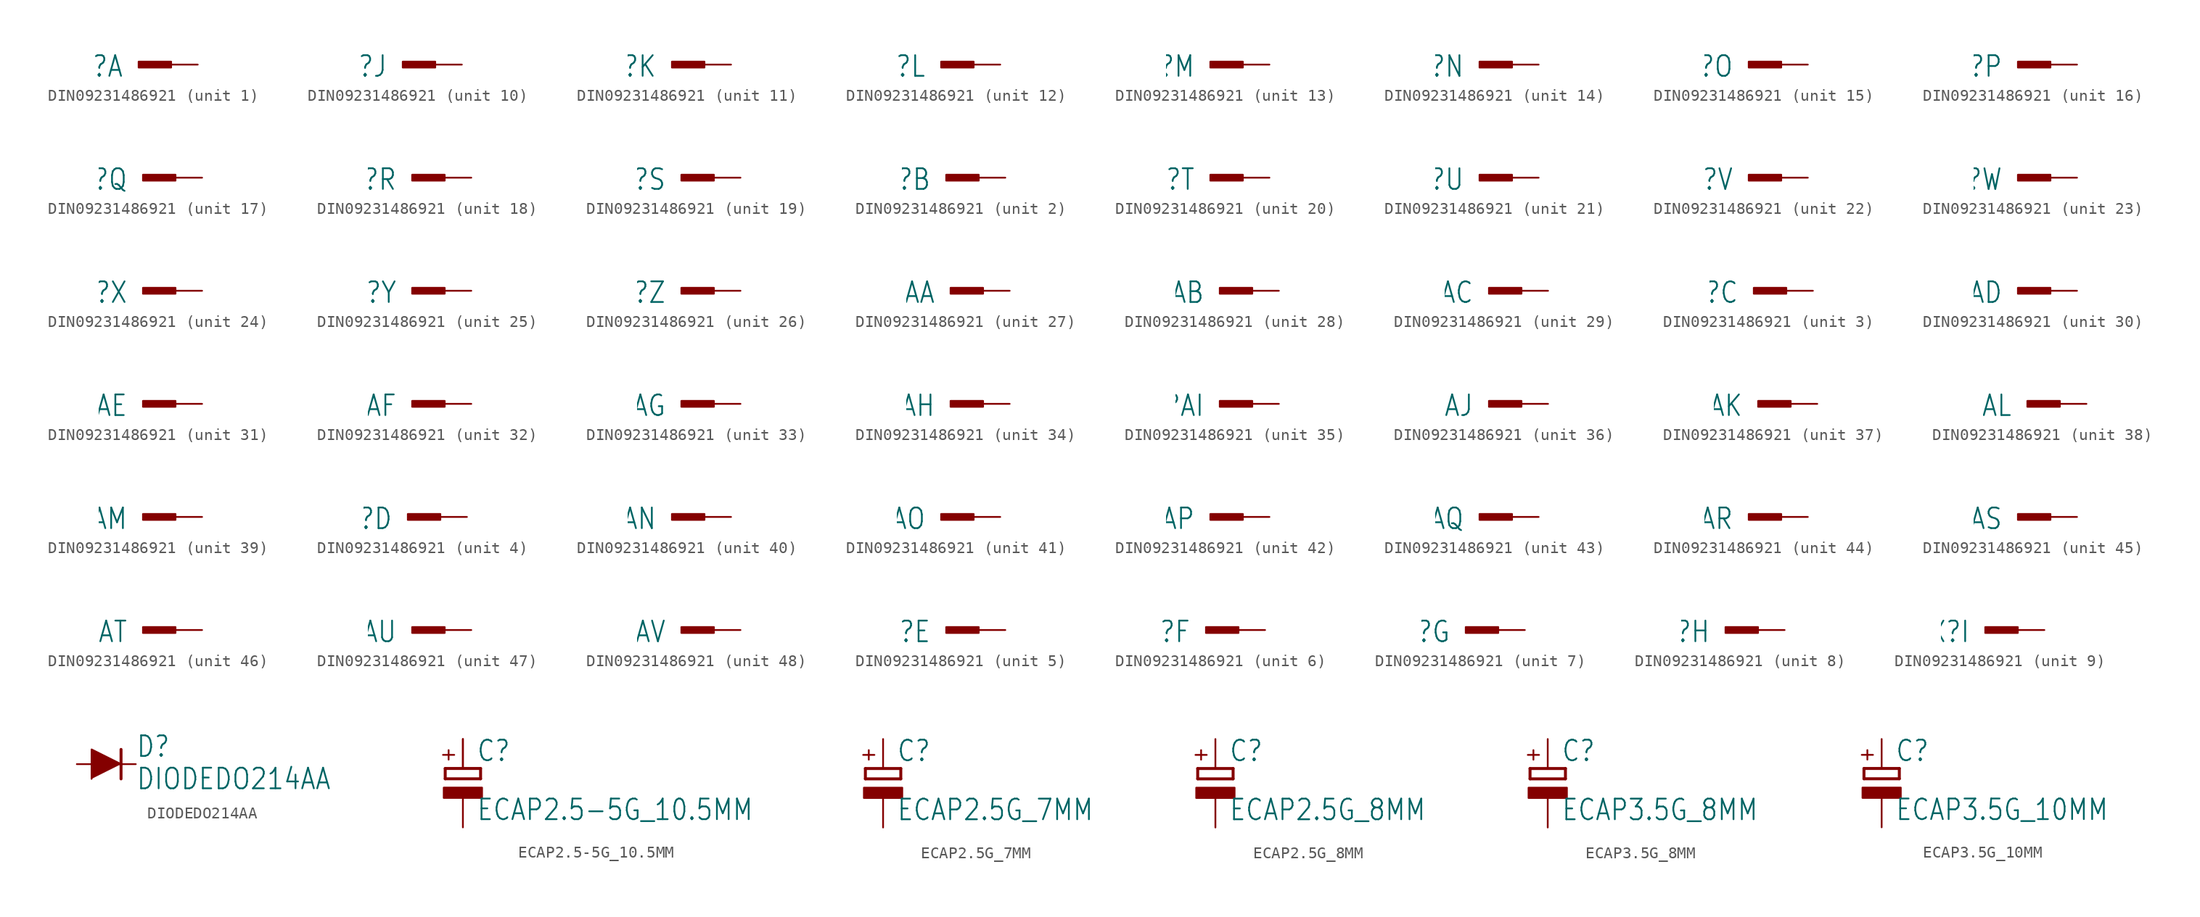
<source format=kicad_sym>
(kicad_symbol_lib
  (version 20211014)
  (generator kicad_symbol_editor)
  (symbol "DIN09231486921"
    (property "Reference" "X"
      (at -6.35 0.889 0)
      (effects (font (size 1.778 1.511)) (justify right top)))
    (property "ki_locked" ""
      (at 0 0 0)
      (effects (font (size 1.27 1.27))))
    (symbol "DIN09231486921_1_0"
      (rectangle (start -5.08 -0.254) (end -2.286 0.254) (stroke (width 0) (type default) (color 0 0 0 0)) (fill (type outline)))
      (pin passive line (at 0 0 180) (length 2.54) (name "1" (effects (font (size 0 0)))) (number "A1" (effects (font (size 0 0))))))
    (symbol "DIN09231486921_2_0"
      (rectangle (start -5.08 -0.254) (end -2.286 0.254) (stroke (width 0) (type default) (color 0 0 0 0)) (fill (type outline)))
      (pin passive line (at 0 0 180) (length 2.54) (name "1" (effects (font (size 0 0)))) (number "A2" (effects (font (size 0 0))))))
    (symbol "DIN09231486921_3_0"
      (rectangle (start -5.08 -0.254) (end -2.286 0.254) (stroke (width 0) (type default) (color 0 0 0 0)) (fill (type outline)))
      (pin passive line (at 0 0 180) (length 2.54) (name "1" (effects (font (size 0 0)))) (number "A3" (effects (font (size 0 0))))))
    (symbol "DIN09231486921_4_0"
      (rectangle (start -5.08 -0.254) (end -2.286 0.254) (stroke (width 0) (type default) (color 0 0 0 0)) (fill (type outline)))
      (pin passive line (at 0 0 180) (length 2.54) (name "1" (effects (font (size 0 0)))) (number "A4" (effects (font (size 0 0))))))
    (symbol "DIN09231486921_5_0"
      (rectangle (start -5.08 -0.254) (end -2.286 0.254) (stroke (width 0) (type default) (color 0 0 0 0)) (fill (type outline)))
      (pin passive line (at 0 0 180) (length 2.54) (name "1" (effects (font (size 0 0)))) (number "A5" (effects (font (size 0 0))))))
    (symbol "DIN09231486921_6_0"
      (rectangle (start -5.08 -0.254) (end -2.286 0.254) (stroke (width 0) (type default) (color 0 0 0 0)) (fill (type outline)))
      (pin passive line (at 0 0 180) (length 2.54) (name "1" (effects (font (size 0 0)))) (number "A6" (effects (font (size 0 0))))))
    (symbol "DIN09231486921_7_0"
      (rectangle (start -5.08 -0.254) (end -2.286 0.254) (stroke (width 0) (type default) (color 0 0 0 0)) (fill (type outline)))
      (pin passive line (at 0 0 180) (length 2.54) (name "1" (effects (font (size 0 0)))) (number "A7" (effects (font (size 0 0))))))
    (symbol "DIN09231486921_8_0"
      (rectangle (start -5.08 -0.254) (end -2.286 0.254) (stroke (width 0) (type default) (color 0 0 0 0)) (fill (type outline)))
      (pin passive line (at 0 0 180) (length 2.54) (name "1" (effects (font (size 0 0)))) (number "A8" (effects (font (size 0 0))))))
    (symbol "DIN09231486921_9_0"
      (rectangle (start -5.08 -0.254) (end -2.286 0.254) (stroke (width 0) (type default) (color 0 0 0 0)) (fill (type outline)))
      (pin passive line (at 0 0 180) (length 2.54) (name "1" (effects (font (size 0 0)))) (number "A9" (effects (font (size 0 0))))))
    (symbol "DIN09231486921_10_0"
      (rectangle (start -5.08 -0.254) (end -2.286 0.254) (stroke (width 0) (type default) (color 0 0 0 0)) (fill (type outline)))
      (pin passive line (at 0 0 180) (length 2.54) (name "1" (effects (font (size 0 0)))) (number "A10" (effects (font (size 0 0))))))
    (symbol "DIN09231486921_11_0"
      (rectangle (start -5.08 -0.254) (end -2.286 0.254) (stroke (width 0) (type default) (color 0 0 0 0)) (fill (type outline)))
      (pin passive line (at 0 0 180) (length 2.54) (name "1" (effects (font (size 0 0)))) (number "A11" (effects (font (size 0 0))))))
    (symbol "DIN09231486921_12_0"
      (rectangle (start -5.08 -0.254) (end -2.286 0.254) (stroke (width 0) (type default) (color 0 0 0 0)) (fill (type outline)))
      (pin passive line (at 0 0 180) (length 2.54) (name "1" (effects (font (size 0 0)))) (number "A12" (effects (font (size 0 0))))))
    (symbol "DIN09231486921_13_0"
      (rectangle (start -5.08 -0.254) (end -2.286 0.254) (stroke (width 0) (type default) (color 0 0 0 0)) (fill (type outline)))
      (pin passive line (at 0 0 180) (length 2.54) (name "1" (effects (font (size 0 0)))) (number "A13" (effects (font (size 0 0))))))
    (symbol "DIN09231486921_14_0"
      (rectangle (start -5.08 -0.254) (end -2.286 0.254) (stroke (width 0) (type default) (color 0 0 0 0)) (fill (type outline)))
      (pin passive line (at 0 0 180) (length 2.54) (name "1" (effects (font (size 0 0)))) (number "A14" (effects (font (size 0 0))))))
    (symbol "DIN09231486921_15_0"
      (rectangle (start -5.08 -0.254) (end -2.286 0.254) (stroke (width 0) (type default) (color 0 0 0 0)) (fill (type outline)))
      (pin passive line (at 0 0 180) (length 2.54) (name "1" (effects (font (size 0 0)))) (number "A15" (effects (font (size 0 0))))))
    (symbol "DIN09231486921_16_0"
      (rectangle (start -5.08 -0.254) (end -2.286 0.254) (stroke (width 0) (type default) (color 0 0 0 0)) (fill (type outline)))
      (pin passive line (at 0 0 180) (length 2.54) (name "1" (effects (font (size 0 0)))) (number "A16" (effects (font (size 0 0))))))
    (symbol "DIN09231486921_17_0"
      (rectangle (start -5.08 -0.254) (end -2.286 0.254) (stroke (width 0) (type default) (color 0 0 0 0)) (fill (type outline)))
      (pin passive line (at 0 0 180) (length 2.54) (name "1" (effects (font (size 0 0)))) (number "B1" (effects (font (size 0 0))))))
    (symbol "DIN09231486921_18_0"
      (rectangle (start -5.08 -0.254) (end -2.286 0.254) (stroke (width 0) (type default) (color 0 0 0 0)) (fill (type outline)))
      (pin passive line (at 0 0 180) (length 2.54) (name "1" (effects (font (size 0 0)))) (number "B2" (effects (font (size 0 0))))))
    (symbol "DIN09231486921_19_0"
      (rectangle (start -5.08 -0.254) (end -2.286 0.254) (stroke (width 0) (type default) (color 0 0 0 0)) (fill (type outline)))
      (pin passive line (at 0 0 180) (length 2.54) (name "1" (effects (font (size 0 0)))) (number "B3" (effects (font (size 0 0))))))
    (symbol "DIN09231486921_20_0"
      (rectangle (start -5.08 -0.254) (end -2.286 0.254) (stroke (width 0) (type default) (color 0 0 0 0)) (fill (type outline)))
      (pin passive line (at 0 0 180) (length 2.54) (name "1" (effects (font (size 0 0)))) (number "B4" (effects (font (size 0 0))))))
    (symbol "DIN09231486921_21_0"
      (rectangle (start -5.08 -0.254) (end -2.286 0.254) (stroke (width 0) (type default) (color 0 0 0 0)) (fill (type outline)))
      (pin passive line (at 0 0 180) (length 2.54) (name "1" (effects (font (size 0 0)))) (number "B5" (effects (font (size 0 0))))))
    (symbol "DIN09231486921_22_0"
      (rectangle (start -5.08 -0.254) (end -2.286 0.254) (stroke (width 0) (type default) (color 0 0 0 0)) (fill (type outline)))
      (pin passive line (at 0 0 180) (length 2.54) (name "1" (effects (font (size 0 0)))) (number "B6" (effects (font (size 0 0))))))
    (symbol "DIN09231486921_23_0"
      (rectangle (start -5.08 -0.254) (end -2.286 0.254) (stroke (width 0) (type default) (color 0 0 0 0)) (fill (type outline)))
      (pin passive line (at 0 0 180) (length 2.54) (name "1" (effects (font (size 0 0)))) (number "B7" (effects (font (size 0 0))))))
    (symbol "DIN09231486921_24_0"
      (rectangle (start -5.08 -0.254) (end -2.286 0.254) (stroke (width 0) (type default) (color 0 0 0 0)) (fill (type outline)))
      (pin passive line (at 0 0 180) (length 2.54) (name "1" (effects (font (size 0 0)))) (number "B8" (effects (font (size 0 0))))))
    (symbol "DIN09231486921_25_0"
      (rectangle (start -5.08 -0.254) (end -2.286 0.254) (stroke (width 0) (type default) (color 0 0 0 0)) (fill (type outline)))
      (pin passive line (at 0 0 180) (length 2.54) (name "1" (effects (font (size 0 0)))) (number "B9" (effects (font (size 0 0))))))
    (symbol "DIN09231486921_26_0"
      (rectangle (start -5.08 -0.254) (end -2.286 0.254) (stroke (width 0) (type default) (color 0 0 0 0)) (fill (type outline)))
      (pin passive line (at 0 0 180) (length 2.54) (name "1" (effects (font (size 0 0)))) (number "B10" (effects (font (size 0 0))))))
    (symbol "DIN09231486921_27_0"
      (rectangle (start -5.08 -0.254) (end -2.286 0.254) (stroke (width 0) (type default) (color 0 0 0 0)) (fill (type outline)))
      (pin passive line (at 0 0 180) (length 2.54) (name "1" (effects (font (size 0 0)))) (number "B11" (effects (font (size 0 0))))))
    (symbol "DIN09231486921_28_0"
      (rectangle (start -5.08 -0.254) (end -2.286 0.254) (stroke (width 0) (type default) (color 0 0 0 0)) (fill (type outline)))
      (pin passive line (at 0 0 180) (length 2.54) (name "1" (effects (font (size 0 0)))) (number "B12" (effects (font (size 0 0))))))
    (symbol "DIN09231486921_29_0"
      (rectangle (start -5.08 -0.254) (end -2.286 0.254) (stroke (width 0) (type default) (color 0 0 0 0)) (fill (type outline)))
      (pin passive line (at 0 0 180) (length 2.54) (name "1" (effects (font (size 0 0)))) (number "B13" (effects (font (size 0 0))))))
    (symbol "DIN09231486921_30_0"
      (rectangle (start -5.08 -0.254) (end -2.286 0.254) (stroke (width 0) (type default) (color 0 0 0 0)) (fill (type outline)))
      (pin passive line (at 0 0 180) (length 2.54) (name "1" (effects (font (size 0 0)))) (number "B14" (effects (font (size 0 0))))))
    (symbol "DIN09231486921_31_0"
      (rectangle (start -5.08 -0.254) (end -2.286 0.254) (stroke (width 0) (type default) (color 0 0 0 0)) (fill (type outline)))
      (pin passive line (at 0 0 180) (length 2.54) (name "1" (effects (font (size 0 0)))) (number "B15" (effects (font (size 0 0))))))
    (symbol "DIN09231486921_32_0"
      (rectangle (start -5.08 -0.254) (end -2.286 0.254) (stroke (width 0) (type default) (color 0 0 0 0)) (fill (type outline)))
      (pin passive line (at 0 0 180) (length 2.54) (name "1" (effects (font (size 0 0)))) (number "B16" (effects (font (size 0 0))))))
    (symbol "DIN09231486921_33_0"
      (rectangle (start -5.08 -0.254) (end -2.286 0.254) (stroke (width 0) (type default) (color 0 0 0 0)) (fill (type outline)))
      (pin passive line (at 0 0 180) (length 2.54) (name "1" (effects (font (size 0 0)))) (number "C1" (effects (font (size 0 0))))))
    (symbol "DIN09231486921_34_0"
      (rectangle (start -5.08 -0.254) (end -2.286 0.254) (stroke (width 0) (type default) (color 0 0 0 0)) (fill (type outline)))
      (pin passive line (at 0 0 180) (length 2.54) (name "1" (effects (font (size 0 0)))) (number "C2" (effects (font (size 0 0))))))
    (symbol "DIN09231486921_35_0"
      (rectangle (start -5.08 -0.254) (end -2.286 0.254) (stroke (width 0) (type default) (color 0 0 0 0)) (fill (type outline)))
      (pin passive line (at 0 0 180) (length 2.54) (name "1" (effects (font (size 0 0)))) (number "C3" (effects (font (size 0 0))))))
    (symbol "DIN09231486921_36_0"
      (rectangle (start -5.08 -0.254) (end -2.286 0.254) (stroke (width 0) (type default) (color 0 0 0 0)) (fill (type outline)))
      (pin passive line (at 0 0 180) (length 2.54) (name "1" (effects (font (size 0 0)))) (number "C4" (effects (font (size 0 0))))))
    (symbol "DIN09231486921_37_0"
      (rectangle (start -5.08 -0.254) (end -2.286 0.254) (stroke (width 0) (type default) (color 0 0 0 0)) (fill (type outline)))
      (pin passive line (at 0 0 180) (length 2.54) (name "1" (effects (font (size 0 0)))) (number "C5" (effects (font (size 0 0))))))
    (symbol "DIN09231486921_38_0"
      (rectangle (start -5.08 -0.254) (end -2.286 0.254) (stroke (width 0) (type default) (color 0 0 0 0)) (fill (type outline)))
      (pin passive line (at 0 0 180) (length 2.54) (name "1" (effects (font (size 0 0)))) (number "C6" (effects (font (size 0 0))))))
    (symbol "DIN09231486921_39_0"
      (rectangle (start -5.08 -0.254) (end -2.286 0.254) (stroke (width 0) (type default) (color 0 0 0 0)) (fill (type outline)))
      (pin passive line (at 0 0 180) (length 2.54) (name "1" (effects (font (size 0 0)))) (number "C7" (effects (font (size 0 0))))))
    (symbol "DIN09231486921_40_0"
      (rectangle (start -5.08 -0.254) (end -2.286 0.254) (stroke (width 0) (type default) (color 0 0 0 0)) (fill (type outline)))
      (pin passive line (at 0 0 180) (length 2.54) (name "1" (effects (font (size 0 0)))) (number "C8" (effects (font (size 0 0))))))
    (symbol "DIN09231486921_41_0"
      (rectangle (start -5.08 -0.254) (end -2.286 0.254) (stroke (width 0) (type default) (color 0 0 0 0)) (fill (type outline)))
      (pin passive line (at 0 0 180) (length 2.54) (name "1" (effects (font (size 0 0)))) (number "C9" (effects (font (size 0 0))))))
    (symbol "DIN09231486921_42_0"
      (rectangle (start -5.08 -0.254) (end -2.286 0.254) (stroke (width 0) (type default) (color 0 0 0 0)) (fill (type outline)))
      (pin passive line (at 0 0 180) (length 2.54) (name "1" (effects (font (size 0 0)))) (number "C10" (effects (font (size 0 0))))))
    (symbol "DIN09231486921_43_0"
      (rectangle (start -5.08 -0.254) (end -2.286 0.254) (stroke (width 0) (type default) (color 0 0 0 0)) (fill (type outline)))
      (pin passive line (at 0 0 180) (length 2.54) (name "1" (effects (font (size 0 0)))) (number "C11" (effects (font (size 0 0))))))
    (symbol "DIN09231486921_44_0"
      (rectangle (start -5.08 -0.254) (end -2.286 0.254) (stroke (width 0) (type default) (color 0 0 0 0)) (fill (type outline)))
      (pin passive line (at 0 0 180) (length 2.54) (name "1" (effects (font (size 0 0)))) (number "C12" (effects (font (size 0 0))))))
    (symbol "DIN09231486921_45_0"
      (rectangle (start -5.08 -0.254) (end -2.286 0.254) (stroke (width 0) (type default) (color 0 0 0 0)) (fill (type outline)))
      (pin passive line (at 0 0 180) (length 2.54) (name "1" (effects (font (size 0 0)))) (number "C13" (effects (font (size 0 0))))))
    (symbol "DIN09231486921_46_0"
      (rectangle (start -5.08 -0.254) (end -2.286 0.254) (stroke (width 0) (type default) (color 0 0 0 0)) (fill (type outline)))
      (pin passive line (at 0 0 180) (length 2.54) (name "1" (effects (font (size 0 0)))) (number "C14" (effects (font (size 0 0))))))
    (symbol "DIN09231486921_47_0"
      (rectangle (start -5.08 -0.254) (end -2.286 0.254) (stroke (width 0) (type default) (color 0 0 0 0)) (fill (type outline)))
      (pin passive line (at 0 0 180) (length 2.54) (name "1" (effects (font (size 0 0)))) (number "C15" (effects (font (size 0 0))))))
    (symbol "DIN09231486921_48_0"
      (rectangle (start -5.08 -0.254) (end -2.286 0.254) (stroke (width 0) (type default) (color 0 0 0 0)) (fill (type outline)))
      (pin passive line (at 0 0 180) (length 2.54) (name "1" (effects (font (size 0 0)))) (number "C16" (effects (font (size 0 0)))))))
  (symbol "DIODEDO214AA"
    (property "Reference" "D"
      (at 2.54 0.483 0)
      (effects (font (size 1.778 1.511)) (justify left bottom)))
    (property "Value" "DIODEDO214AA"
      (at 2.54 -2.311 0)
      (effects (font (size 1.778 1.511)) (justify left bottom)))
    (property "ki_locked" ""
      (at 0 0 0)
      (effects (font (size 1.27 1.27))))
    (symbol "DIODEDO214AA_1_0"
      (polyline (pts (xy 1.27 0) (xy 1.27 -1.27)) (stroke (width 0.254) (type default) (color 0 0 0 0)) (fill (type none)))
      (polyline (pts (xy 1.27 1.27) (xy 1.27 0)) (stroke (width 0.254) (type default) (color 0 0 0 0)) (fill (type none)))
      (polyline (pts (xy 1.27 0) (xy -1.27 1.27) (xy -1.27 -1.27)) (stroke (width 0) (type default) (color 0 0 0 0)) (fill (type outline)))
      (pin passive line (at -2.54 0 0) (length 2.54) (name "A" (effects (font (size 0 0)))) (number "A" (effects (font (size 0 0)))))
      (pin passive line (at 2.54 0 180) (length 2.54) (name "C" (effects (font (size 0 0)))) (number "C" (effects (font (size 0 0)))))))
  (symbol "ECAP2.5-5G_10.5MM"
    (property "Reference" "C"
      (at 1.143 0.483 0)
      (effects (font (size 1.778 1.511)) (justify left bottom)))
    (property "Value" "ECAP2.5-5G_10.5MM"
      (at 1.143 -4.597 0)
      (effects (font (size 1.778 1.511)) (justify left bottom)))
    (property "ki_locked" ""
      (at 0 0 0)
      (effects (font (size 1.27 1.27))))
    (symbol "ECAP2.5-5G_10.5MM_1_0"
      (rectangle (start -1.651 -2.54) (end 1.651 -1.651) (stroke (width 0) (type default) (color 0 0 0 0)) (fill (type outline)))
      (polyline (pts (xy -1.524 -0.889) (xy 1.524 -0.889)) (stroke (width 0.254) (type default) (color 0 0 0 0)) (fill (type none)))
      (polyline (pts (xy -1.524 0) (xy -1.524 -0.889)) (stroke (width 0.254) (type default) (color 0 0 0 0)) (fill (type none)))
      (polyline (pts (xy -1.524 0) (xy 1.524 0)) (stroke (width 0.254) (type default) (color 0 0 0 0)) (fill (type none)))
      (polyline (pts (xy 1.524 -0.889) (xy 1.524 0)) (stroke (width 0.254) (type default) (color 0 0 0 0)) (fill (type none)))
      (text "+" (at -0.584 0.406 900) (effects (font (size 1.27 1.079)) (justify left bottom)))
      (pin passive line (at 0 2.54 270) (length 2.54) (name "+" (effects (font (size 0 0)))) (number "+" (effects (font (size 0 0)))))
      (pin passive line (at 0 2.54 270) (length 2.54) (name "+" (effects (font (size 0 0)))) (number "+1" (effects (font (size 0 0)))))
      (pin passive line (at 0 -5.08 90) (length 2.54) (name "-" (effects (font (size 0 0)))) (number "-" (effects (font (size 0 0)))))))
  (symbol "ECAP2.5G_7MM"
    (property "Reference" "C"
      (at 1.143 0.483 0)
      (effects (font (size 1.778 1.511)) (justify left bottom)))
    (property "Value" "ECAP2.5G_7MM"
      (at 1.143 -4.597 0)
      (effects (font (size 1.778 1.511)) (justify left bottom)))
    (property "ki_locked" ""
      (at 0 0 0)
      (effects (font (size 1.27 1.27))))
    (symbol "ECAP2.5G_7MM_1_0"
      (rectangle (start -1.651 -2.54) (end 1.651 -1.651) (stroke (width 0) (type default) (color 0 0 0 0)) (fill (type outline)))
      (polyline (pts (xy -1.524 -0.889) (xy 1.524 -0.889)) (stroke (width 0.254) (type default) (color 0 0 0 0)) (fill (type none)))
      (polyline (pts (xy -1.524 0) (xy -1.524 -0.889)) (stroke (width 0.254) (type default) (color 0 0 0 0)) (fill (type none)))
      (polyline (pts (xy -1.524 0) (xy 1.524 0)) (stroke (width 0.254) (type default) (color 0 0 0 0)) (fill (type none)))
      (polyline (pts (xy 1.524 -0.889) (xy 1.524 0)) (stroke (width 0.254) (type default) (color 0 0 0 0)) (fill (type none)))
      (text "+" (at -0.584 0.406 900) (effects (font (size 1.27 1.079)) (justify left bottom)))
      (pin passive line (at 0 2.54 270) (length 2.54) (name "+" (effects (font (size 0 0)))) (number "+" (effects (font (size 0 0)))))
      (pin passive line (at 0 -5.08 90) (length 2.54) (name "-" (effects (font (size 0 0)))) (number "-" (effects (font (size 0 0)))))))
  (symbol "ECAP2.5G_8MM"
    (property "Reference" "C"
      (at 1.143 0.483 0)
      (effects (font (size 1.778 1.511)) (justify left bottom)))
    (property "Value" "ECAP2.5G_8MM"
      (at 1.143 -4.597 0)
      (effects (font (size 1.778 1.511)) (justify left bottom)))
    (property "ki_locked" ""
      (at 0 0 0)
      (effects (font (size 1.27 1.27))))
    (symbol "ECAP2.5G_8MM_1_0"
      (rectangle (start -1.651 -2.54) (end 1.651 -1.651) (stroke (width 0) (type default) (color 0 0 0 0)) (fill (type outline)))
      (polyline (pts (xy -1.524 -0.889) (xy 1.524 -0.889)) (stroke (width 0.254) (type default) (color 0 0 0 0)) (fill (type none)))
      (polyline (pts (xy -1.524 0) (xy -1.524 -0.889)) (stroke (width 0.254) (type default) (color 0 0 0 0)) (fill (type none)))
      (polyline (pts (xy -1.524 0) (xy 1.524 0)) (stroke (width 0.254) (type default) (color 0 0 0 0)) (fill (type none)))
      (polyline (pts (xy 1.524 -0.889) (xy 1.524 0)) (stroke (width 0.254) (type default) (color 0 0 0 0)) (fill (type none)))
      (text "+" (at -0.584 0.406 900) (effects (font (size 1.27 1.079)) (justify left bottom)))
      (pin passive line (at 0 2.54 270) (length 2.54) (name "+" (effects (font (size 0 0)))) (number "+" (effects (font (size 0 0)))))
      (pin passive line (at 0 -5.08 90) (length 2.54) (name "-" (effects (font (size 0 0)))) (number "-" (effects (font (size 0 0)))))))
  (symbol "ECAP3.5G_8MM"
    (property "Reference" "C"
      (at 1.143 0.483 0)
      (effects (font (size 1.778 1.511)) (justify left bottom)))
    (property "Value" "ECAP3.5G_8MM"
      (at 1.143 -4.597 0)
      (effects (font (size 1.778 1.511)) (justify left bottom)))
    (property "ki_locked" ""
      (at 0 0 0)
      (effects (font (size 1.27 1.27))))
    (symbol "ECAP3.5G_8MM_1_0"
      (rectangle (start -1.651 -2.54) (end 1.651 -1.651) (stroke (width 0) (type default) (color 0 0 0 0)) (fill (type outline)))
      (polyline (pts (xy -1.524 -0.889) (xy 1.524 -0.889)) (stroke (width 0.254) (type default) (color 0 0 0 0)) (fill (type none)))
      (polyline (pts (xy -1.524 0) (xy -1.524 -0.889)) (stroke (width 0.254) (type default) (color 0 0 0 0)) (fill (type none)))
      (polyline (pts (xy -1.524 0) (xy 1.524 0)) (stroke (width 0.254) (type default) (color 0 0 0 0)) (fill (type none)))
      (polyline (pts (xy 1.524 -0.889) (xy 1.524 0)) (stroke (width 0.254) (type default) (color 0 0 0 0)) (fill (type none)))
      (text "+" (at -0.584 0.406 900) (effects (font (size 1.27 1.079)) (justify left bottom)))
      (pin passive line (at 0 2.54 270) (length 2.54) (name "+" (effects (font (size 0 0)))) (number "+" (effects (font (size 0 0)))))
      (pin passive line (at 0 -5.08 90) (length 2.54) (name "-" (effects (font (size 0 0)))) (number "-" (effects (font (size 0 0)))))))
  (symbol "ECAP3.5G_10MM"
    (property "Reference" "C"
      (at 1.143 0.483 0)
      (effects (font (size 1.778 1.511)) (justify left bottom)))
    (property "Value" "ECAP3.5G_10MM"
      (at 1.143 -4.597 0)
      (effects (font (size 1.778 1.511)) (justify left bottom)))
    (property "ki_locked" ""
      (at 0 0 0)
      (effects (font (size 1.27 1.27))))
    (symbol "ECAP3.5G_10MM_1_0"
      (rectangle (start -1.651 -2.54) (end 1.651 -1.651) (stroke (width 0) (type default) (color 0 0 0 0)) (fill (type outline)))
      (polyline (pts (xy -1.524 -0.889) (xy 1.524 -0.889)) (stroke (width 0.254) (type default) (color 0 0 0 0)) (fill (type none)))
      (polyline (pts (xy -1.524 0) (xy -1.524 -0.889)) (stroke (width 0.254) (type default) (color 0 0 0 0)) (fill (type none)))
      (polyline (pts (xy -1.524 0) (xy 1.524 0)) (stroke (width 0.254) (type default) (color 0 0 0 0)) (fill (type none)))
      (polyline (pts (xy 1.524 -0.889) (xy 1.524 0)) (stroke (width 0.254) (type default) (color 0 0 0 0)) (fill (type none)))
      (text "+" (at -0.584 0.406 900) (effects (font (size 1.27 1.079)) (justify left bottom)))
      (pin passive line (at 0 2.54 270) (length 2.54) (name "+" (effects (font (size 0 0)))) (number "+" (effects (font (size 0 0)))))
      (pin passive line (at 0 -5.08 90) (length 2.54) (name "-" (effects (font (size 0 0)))) (number "-" (effects (font (size 0 0))))))))
</source>
